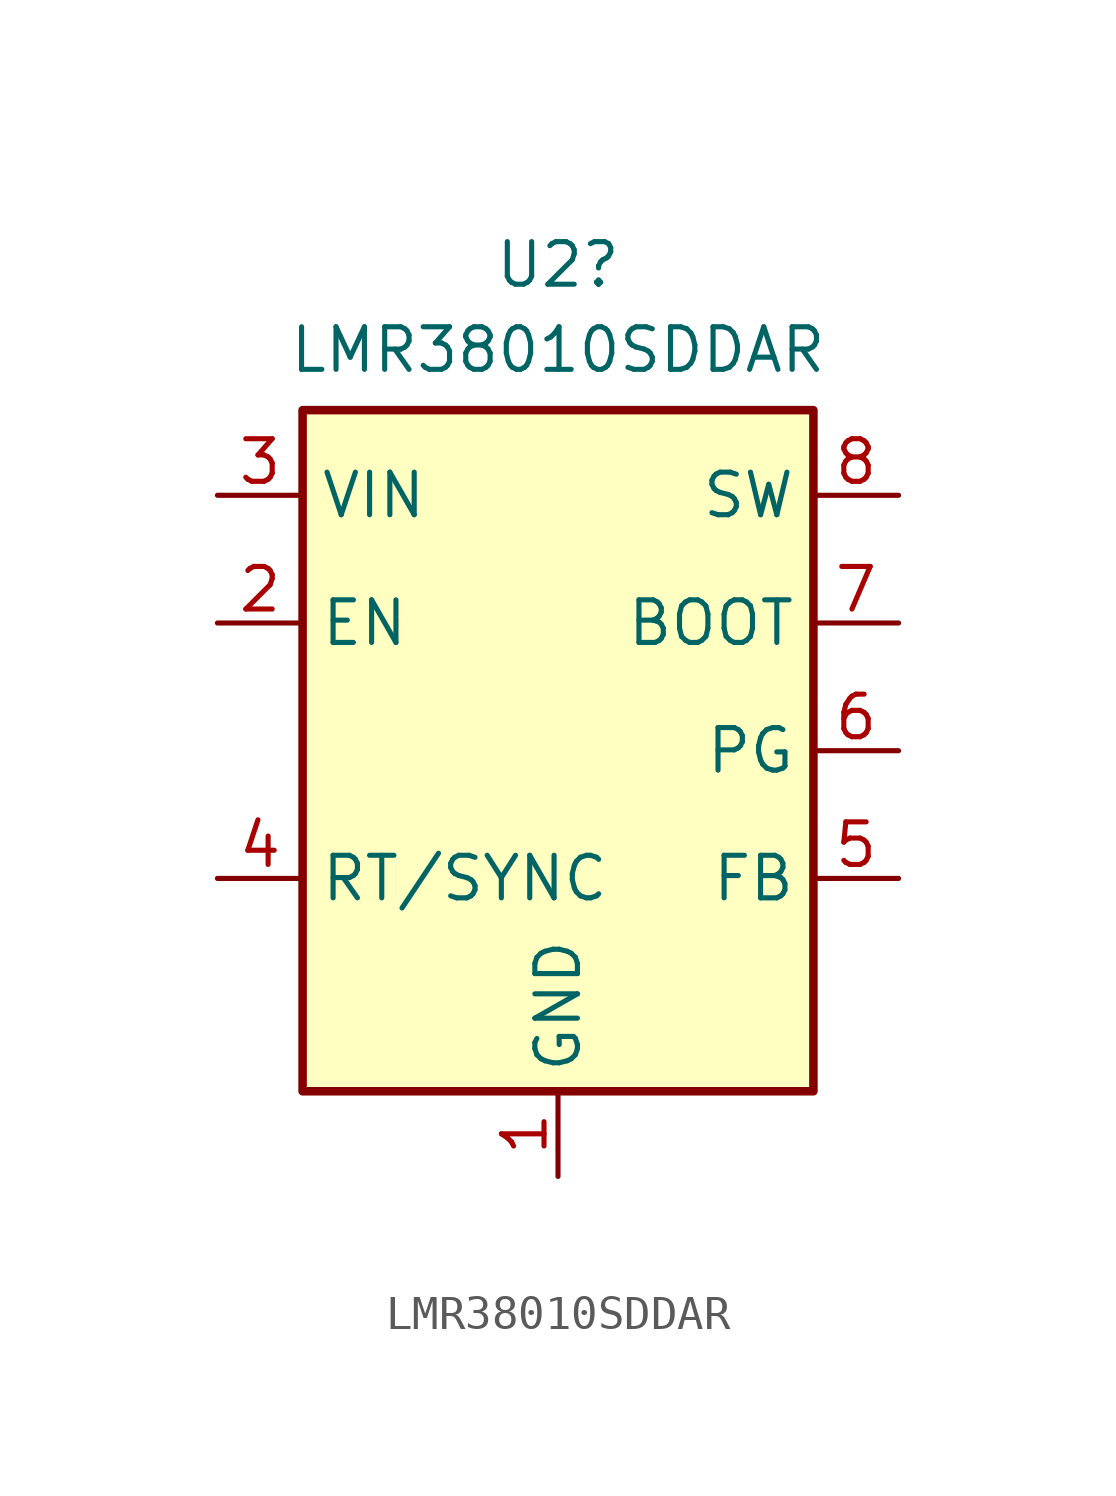
<source format=kicad_sym>
(kicad_symbol_lib
  (version 20220914)
  (generator kicad_symbol_editor)
  (symbol "LMR38010SDDAR"
    (property "Reference" "U2"
      (at 0 15.24 0)
      (effects (font (size 1.27 1.27)) (justify top)))
    (property "Value" "LMR38010SDDAR"
      (at 0 12.7 0)
      (effects (font (size 1.27 1.27)) (justify top)))
    (symbol "LMR38010SDDAR_1_1"
      (rectangle (start -7.62 10.16) (end 7.62 -10.16) (stroke (width 0.254) (type default)) (fill (type background)))
      (pin power_in line (at 0 -12.7 90) (length 2.54) (name "GND" (effects (font (size 1.27 1.27)))) (number "1" (effects (font (size 1.27 1.27)))))
      (pin input line (at -10.16 3.81 0) (length 2.54) (name "EN" (effects (font (size 1.27 1.27)))) (number "2" (effects (font (size 1.27 1.27)))))
      (pin power_in line (at -10.16 7.62 0) (length 2.54) (name "VIN" (effects (font (size 1.27 1.27)))) (number "3" (effects (font (size 1.27 1.27)))))
      (pin input line (at -10.16 -3.81 0) (length 2.54) (name "RT/SYNC" (effects (font (size 1.27 1.27)))) (number "4" (effects (font (size 1.27 1.27)))))
      (pin input line (at 10.16 -3.81 180) (length 2.54) (name "FB" (effects (font (size 1.27 1.27)))) (number "5" (effects (font (size 1.27 1.27)))))
      (pin output line (at 10.16 0 180) (length 2.54) (name "PG" (effects (font (size 1.27 1.27)))) (number "6" (effects (font (size 1.27 1.27)))))
      (pin input line (at 10.16 3.81 180) (length 2.54) (name "BOOT" (effects (font (size 1.27 1.27)))) (number "7" (effects (font (size 1.27 1.27)))))
      (pin power_out line (at 10.16 7.62 180) (length 2.54) (name "SW" (effects (font (size 1.27 1.27)))) (number "8" (effects (font (size 1.27 1.27)))))
      (pin passive line (at 0 -12.7 90) (length 2.54) hide (name "EP" (effects (font (size 1.27 1.27)))) (number "9" (effects (font (size 1.27 1.27))))))))
</source>
